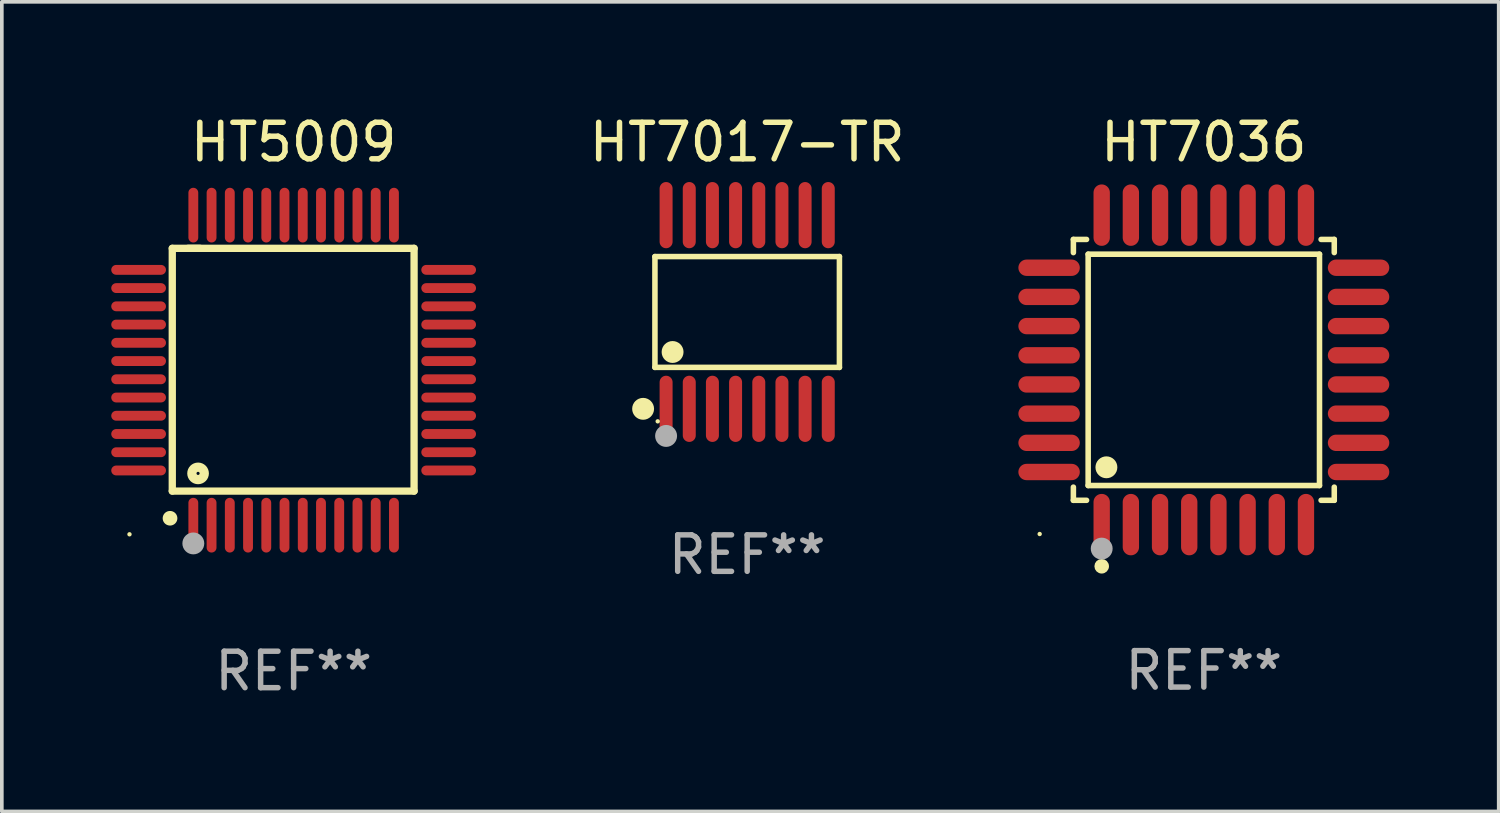
<source format=kicad_pcb>
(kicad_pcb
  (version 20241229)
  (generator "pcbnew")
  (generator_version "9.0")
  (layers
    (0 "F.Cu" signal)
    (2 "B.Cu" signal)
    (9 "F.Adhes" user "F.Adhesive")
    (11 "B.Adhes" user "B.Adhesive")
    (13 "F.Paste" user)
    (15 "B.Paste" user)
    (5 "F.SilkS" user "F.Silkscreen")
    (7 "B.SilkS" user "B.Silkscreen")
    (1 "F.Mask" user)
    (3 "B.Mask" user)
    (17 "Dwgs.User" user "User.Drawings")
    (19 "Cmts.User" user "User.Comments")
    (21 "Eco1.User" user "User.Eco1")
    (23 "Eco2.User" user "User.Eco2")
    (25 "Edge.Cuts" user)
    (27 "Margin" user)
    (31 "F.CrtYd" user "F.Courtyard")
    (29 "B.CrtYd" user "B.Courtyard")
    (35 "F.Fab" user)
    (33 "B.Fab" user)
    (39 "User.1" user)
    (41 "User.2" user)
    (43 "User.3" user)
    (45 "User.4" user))
  (footprint "HT5009"
    (layer "F.Cu")
    (at 5 7.098)
    (property "Reference" "HT5009" (at 0 -6.25 0) (layer "F.SilkS") (effects (font (size 1 1) (thickness 0.15))))
    (attr through_hole)
    (fp_line (start -3.327 -3.34) (end -2.565 -3.34) (stroke (width 0.2) (type solid)) (layer "F.SilkS"))
    (fp_line (start -3.327 3.315) (end -3.327 -3.34) (stroke (width 0.2) (type solid)) (layer "F.SilkS"))
    (fp_line (start -2.896 -3.34) (end 3.302 -3.34) (stroke (width 0.2) (type solid)) (layer "F.SilkS"))
    (fp_line (start 3.302 -3.34) (end 3.302 3.315) (stroke (width 0.2) (type solid)) (layer "F.SilkS"))
    (fp_line (start 3.302 3.315) (end -3.327 3.315) (stroke (width 0.2) (type solid)) (layer "F.SilkS"))
    (fp_arc (start -3.389992 4.059995) (mid -3.388722 4.059991) (end -3.387452 4.059995) (stroke (width 0.4) (type solid)) (layer "F.SilkS"))
    (fp_circle (center -4.5 4.5) (end -4.47 4.5) (stroke (width 0.06) (type solid)) (fill no) (layer "F.SilkS"))
    (fp_circle (center -2.62 2.83) (end -2.45 2.83) (stroke (width 0.254) (type solid)) (fill no) (layer "F.SilkS"))
    (fp_circle (center -2.75 4.75) (end -2.6 4.75) (stroke (width 0.3) (type solid)) (fill no) (layer "F.Fab"))
    (fp_text user "REF**" (at 0 8.25 0) (layer "F.Fab") (effects (font (size 1 1) (thickness 0.15))))
    (pad "1" smd oval (at -2.75 4.25) (size 0.27 1.5) (layers "F.Cu" "F.Mask" "F.Paste"))
    (pad "2" smd oval (at -2.25 4.25) (size 0.27 1.5) (layers "F.Cu" "F.Mask" "F.Paste"))
    (pad "3" smd oval (at -1.75 4.25) (size 0.27 1.5) (layers "F.Cu" "F.Mask" "F.Paste"))
    (pad "4" smd oval (at -1.25 4.25) (size 0.27 1.5) (layers "F.Cu" "F.Mask" "F.Paste"))
    (pad "5" smd oval (at -0.75 4.25) (size 0.27 1.5) (layers "F.Cu" "F.Mask" "F.Paste"))
    (pad "6" smd oval (at -0.25 4.25) (size 0.27 1.5) (layers "F.Cu" "F.Mask" "F.Paste"))
    (pad "7" smd oval (at 0.25 4.25) (size 0.27 1.5) (layers "F.Cu" "F.Mask" "F.Paste"))
    (pad "8" smd oval (at 0.75 4.25) (size 0.27 1.5) (layers "F.Cu" "F.Mask" "F.Paste"))
    (pad "9" smd oval (at 1.25 4.25) (size 0.27 1.5) (layers "F.Cu" "F.Mask" "F.Paste"))
    (pad "10" smd oval (at 1.75 4.25) (size 0.27 1.5) (layers "F.Cu" "F.Mask" "F.Paste"))
    (pad "11" smd oval (at 2.25 4.25) (size 0.27 1.5) (layers "F.Cu" "F.Mask" "F.Paste"))
    (pad "12" smd oval (at 2.75 4.25) (size 0.27 1.5) (layers "F.Cu" "F.Mask" "F.Paste"))
    (pad "13" smd oval (at 4.25 2.75) (size 1.5 0.27) (layers "F.Cu" "F.Mask" "F.Paste"))
    (pad "14" smd oval (at 4.25 2.25) (size 1.5 0.27) (layers "F.Cu" "F.Mask" "F.Paste"))
    (pad "15" smd oval (at 4.25 1.75) (size 1.5 0.27) (layers "F.Cu" "F.Mask" "F.Paste"))
    (pad "16" smd oval (at 4.25 1.25) (size 1.5 0.27) (layers "F.Cu" "F.Mask" "F.Paste"))
    (pad "17" smd oval (at 4.25 0.75) (size 1.5 0.27) (layers "F.Cu" "F.Mask" "F.Paste"))
    (pad "18" smd oval (at 4.25 0.25) (size 1.5 0.27) (layers "F.Cu" "F.Mask" "F.Paste"))
    (pad "19" smd oval (at 4.25 -0.25) (size 1.5 0.27) (layers "F.Cu" "F.Mask" "F.Paste"))
    (pad "20" smd oval (at 4.25 -0.75) (size 1.5 0.27) (layers "F.Cu" "F.Mask" "F.Paste"))
    (pad "21" smd oval (at 4.25 -1.25) (size 1.5 0.27) (layers "F.Cu" "F.Mask" "F.Paste"))
    (pad "22" smd oval (at 4.25 -1.75) (size 1.5 0.27) (layers "F.Cu" "F.Mask" "F.Paste"))
    (pad "23" smd oval (at 4.25 -2.25) (size 1.5 0.27) (layers "F.Cu" "F.Mask" "F.Paste"))
    (pad "24" smd oval (at 4.25 -2.75) (size 1.5 0.27) (layers "F.Cu" "F.Mask" "F.Paste"))
    (pad "25" smd oval (at 2.75 -4.25) (size 0.27 1.5) (layers "F.Cu" "F.Mask" "F.Paste"))
    (pad "26" smd oval (at 2.25 -4.25) (size 0.27 1.5) (layers "F.Cu" "F.Mask" "F.Paste"))
    (pad "27" smd oval (at 1.75 -4.25) (size 0.27 1.5) (layers "F.Cu" "F.Mask" "F.Paste"))
    (pad "28" smd oval (at 1.25 -4.25) (size 0.27 1.5) (layers "F.Cu" "F.Mask" "F.Paste"))
    (pad "29" smd oval (at 0.75 -4.25) (size 0.27 1.5) (layers "F.Cu" "F.Mask" "F.Paste"))
    (pad "30" smd oval (at 0.25 -4.25) (size 0.27 1.5) (layers "F.Cu" "F.Mask" "F.Paste"))
    (pad "31" smd oval (at -0.25 -4.25) (size 0.27 1.5) (layers "F.Cu" "F.Mask" "F.Paste"))
    (pad "32" smd oval (at -0.75 -4.25) (size 0.27 1.5) (layers "F.Cu" "F.Mask" "F.Paste"))
    (pad "33" smd oval (at -1.25 -4.25) (size 0.27 1.5) (layers "F.Cu" "F.Mask" "F.Paste"))
    (pad "34" smd oval (at -1.75 -4.25) (size 0.27 1.5) (layers "F.Cu" "F.Mask" "F.Paste"))
    (pad "35" smd oval (at -2.25 -4.25) (size 0.27 1.5) (layers "F.Cu" "F.Mask" "F.Paste"))
    (pad "36" smd oval (at -2.75 -4.25) (size 0.27 1.5) (layers "F.Cu" "F.Mask" "F.Paste"))
    (pad "37" smd oval (at -4.25 -2.75) (size 1.5 0.27) (layers "F.Cu" "F.Mask" "F.Paste"))
    (pad "38" smd oval (at -4.25 -2.25) (size 1.5 0.27) (layers "F.Cu" "F.Mask" "F.Paste"))
    (pad "39" smd oval (at -4.25 -1.75) (size 1.5 0.27) (layers "F.Cu" "F.Mask" "F.Paste"))
    (pad "40" smd oval (at -4.25 -1.25) (size 1.5 0.27) (layers "F.Cu" "F.Mask" "F.Paste"))
    (pad "41" smd oval (at -4.25 -0.75) (size 1.5 0.27) (layers "F.Cu" "F.Mask" "F.Paste"))
    (pad "42" smd oval (at -4.25 -0.25) (size 1.5 0.27) (layers "F.Cu" "F.Mask" "F.Paste"))
    (pad "43" smd oval (at -4.25 0.25) (size 1.5 0.27) (layers "F.Cu" "F.Mask" "F.Paste"))
    (pad "44" smd oval (at -4.25 0.75) (size 1.5 0.27) (layers "F.Cu" "F.Mask" "F.Paste"))
    (pad "45" smd oval (at -4.25 1.25) (size 1.5 0.27) (layers "F.Cu" "F.Mask" "F.Paste"))
    (pad "46" smd oval (at -4.25 1.75) (size 1.5 0.27) (layers "F.Cu" "F.Mask" "F.Paste"))
    (pad "47" smd oval (at -4.25 2.25) (size 1.5 0.27) (layers "F.Cu" "F.Mask" "F.Paste"))
    (pad "48" smd oval (at -4.25 2.75) (size 1.5 0.27) (layers "F.Cu" "F.Mask" "F.Paste")))
  (footprint "HT7017-TR"
    (layer "F.Cu")
    (at 17.434 5.503)
    (property "Reference" "HT7017-TR" (at 0 -4.655 0) (layer "F.SilkS") (effects (font (size 1 1) (thickness 0.15))))
    (attr through_hole)
    (fp_line (start -2.529 -1.519) (end 2.529 -1.519) (stroke (width 0.152) (type solid)) (layer "F.SilkS"))
    (fp_line (start -2.529 1.519) (end -2.529 -1.519) (stroke (width 0.152) (type solid)) (layer "F.SilkS"))
    (fp_line (start 2.529 -1.519) (end 2.529 1.519) (stroke (width 0.152) (type solid)) (layer "F.SilkS"))
    (fp_line (start 2.529 1.519) (end -2.529 1.519) (stroke (width 0.152) (type solid)) (layer "F.SilkS"))
    (fp_circle (center -2.853 2.655) (end -2.703 2.655) (stroke (width 0.3) (type solid)) (fill no) (layer "F.SilkS"))
    (fp_circle (center -2.453 2.998) (end -2.423 2.998) (stroke (width 0.06) (type solid)) (fill no) (layer "F.SilkS"))
    (fp_circle (center -2.045 1.097) (end -1.895 1.097) (stroke (width 0.3) (type solid)) (fill no) (layer "F.SilkS"))
    (fp_circle (center -2.223 3.398) (end -2.072 3.398) (stroke (width 0.3) (type solid)) (fill no) (layer "F.Fab"))
    (fp_text user "REF**" (at 0 6.655 0) (layer "F.Fab") (effects (font (size 1 1) (thickness 0.15))))
    (pad "1" smd oval (at -2.223 2.655) (size 0.356 1.815) (layers "F.Cu" "F.Mask" "F.Paste"))
    (pad "2" smd oval (at -1.588 2.655) (size 0.356 1.815) (layers "F.Cu" "F.Mask" "F.Paste"))
    (pad "3" smd oval (at -0.953 2.655) (size 0.356 1.815) (layers "F.Cu" "F.Mask" "F.Paste"))
    (pad "4" smd oval (at -0.318 2.655) (size 0.356 1.815) (layers "F.Cu" "F.Mask" "F.Paste"))
    (pad "5" smd oval (at 0.318 2.655) (size 0.356 1.815) (layers "F.Cu" "F.Mask" "F.Paste"))
    (pad "6" smd oval (at 0.953 2.655) (size 0.356 1.815) (layers "F.Cu" "F.Mask" "F.Paste"))
    (pad "7" smd oval (at 1.588 2.655) (size 0.356 1.815) (layers "F.Cu" "F.Mask" "F.Paste"))
    (pad "8" smd oval (at 2.223 2.655) (size 0.356 1.815) (layers "F.Cu" "F.Mask" "F.Paste"))
    (pad "9" smd oval (at 2.223 -2.655) (size 0.356 1.815) (layers "F.Cu" "F.Mask" "F.Paste"))
    (pad "10" smd oval (at 1.588 -2.655) (size 0.356 1.815) (layers "F.Cu" "F.Mask" "F.Paste"))
    (pad "11" smd oval (at 0.953 -2.655) (size 0.356 1.815) (layers "F.Cu" "F.Mask" "F.Paste"))
    (pad "12" smd oval (at 0.318 -2.655) (size 0.356 1.815) (layers "F.Cu" "F.Mask" "F.Paste"))
    (pad "13" smd oval (at -0.318 -2.655) (size 0.356 1.815) (layers "F.Cu" "F.Mask" "F.Paste"))
    (pad "14" smd oval (at -0.953 -2.655) (size 0.356 1.815) (layers "F.Cu" "F.Mask" "F.Paste"))
    (pad "15" smd oval (at -1.588 -2.655) (size 0.356 1.815) (layers "F.Cu" "F.Mask" "F.Paste"))
    (pad "16" smd oval (at -2.223 -2.655) (size 0.356 1.815) (layers "F.Cu" "F.Mask" "F.Paste")))
  (footprint "HT7036"
    (layer "F.Cu")
    (at 29.953 7.09)
    (property "Reference" "HT7036" (at 0 -6.242 0) (layer "F.SilkS") (effects (font (size 1 1) (thickness 0.15))))
    (attr through_hole)
    (fp_line (start -3.576 -3.576) (end -3.215 -3.576) (stroke (width 0.152) (type solid)) (layer "F.SilkS"))
    (fp_line (start -3.576 -3.215) (end -3.576 -3.576) (stroke (width 0.152) (type solid)) (layer "F.SilkS"))
    (fp_line (start -3.576 3.215) (end -3.576 3.576) (stroke (width 0.152) (type solid)) (layer "F.SilkS"))
    (fp_line (start -3.576 3.576) (end -3.215 3.576) (stroke (width 0.152) (type solid)) (layer "F.SilkS"))
    (fp_line (start -3.171 -3.171) (end 3.171 -3.171) (stroke (width 0.152) (type solid)) (layer "F.SilkS"))
    (fp_line (start -3.171 3.171) (end -3.171 -3.171) (stroke (width 0.152) (type solid)) (layer "F.SilkS"))
    (fp_line (start 3.171 -3.171) (end 3.171 3.171) (stroke (width 0.152) (type solid)) (layer "F.SilkS"))
    (fp_line (start 3.171 3.171) (end -3.171 3.171) (stroke (width 0.152) (type solid)) (layer "F.SilkS"))
    (fp_line (start 3.576 -3.576) (end 3.215 -3.576) (stroke (width 0.152) (type solid)) (layer "F.SilkS"))
    (fp_line (start 3.576 -3.215) (end 3.576 -3.576) (stroke (width 0.152) (type solid)) (layer "F.SilkS"))
    (fp_line (start 3.576 3.215) (end 3.576 3.576) (stroke (width 0.152) (type solid)) (layer "F.SilkS"))
    (fp_line (start 3.576 3.576) (end 3.215 3.576) (stroke (width 0.152) (type solid)) (layer "F.SilkS"))
    (fp_circle (center -4.5 4.5) (end -4.47 4.5) (stroke (width 0.06) (type solid)) (fill no) (layer "F.SilkS"))
    (fp_circle (center -2.8 5.384) (end -2.7 5.384) (stroke (width 0.2) (type solid)) (fill no) (layer "F.SilkS"))
    (fp_circle (center -2.671 2.671) (end -2.521 2.671) (stroke (width 0.3) (type solid)) (fill no) (layer "F.SilkS"))
    (fp_circle (center -2.8 4.9) (end -2.65 4.9) (stroke (width 0.3) (type solid)) (fill no) (layer "F.Fab"))
    (fp_text user "REF**" (at 0 8.242 0) (layer "F.Fab") (effects (font (size 1 1) (thickness 0.15))))
    (pad "1" smd oval (at -2.8 4.242) (size 0.448 1.684) (layers "F.Cu" "F.Mask" "F.Paste"))
    (pad "2" smd oval (at -2 4.242) (size 0.448 1.684) (layers "F.Cu" "F.Mask" "F.Paste"))
    (pad "3" smd oval (at -1.2 4.242) (size 0.448 1.684) (layers "F.Cu" "F.Mask" "F.Paste"))
    (pad "4" smd oval (at -0.4 4.242) (size 0.448 1.684) (layers "F.Cu" "F.Mask" "F.Paste"))
    (pad "5" smd oval (at 0.4 4.242) (size 0.448 1.684) (layers "F.Cu" "F.Mask" "F.Paste"))
    (pad "6" smd oval (at 1.2 4.242) (size 0.448 1.684) (layers "F.Cu" "F.Mask" "F.Paste"))
    (pad "7" smd oval (at 2 4.242) (size 0.448 1.684) (layers "F.Cu" "F.Mask" "F.Paste"))
    (pad "8" smd oval (at 2.8 4.242) (size 0.448 1.684) (layers "F.Cu" "F.Mask" "F.Paste"))
    (pad "9" smd oval (at 4.242 2.8) (size 1.684 0.448) (layers "F.Cu" "F.Mask" "F.Paste"))
    (pad "10" smd oval (at 4.242 2) (size 1.684 0.448) (layers "F.Cu" "F.Mask" "F.Paste"))
    (pad "11" smd oval (at 4.242 1.2) (size 1.684 0.448) (layers "F.Cu" "F.Mask" "F.Paste"))
    (pad "12" smd oval (at 4.242 0.4) (size 1.684 0.448) (layers "F.Cu" "F.Mask" "F.Paste"))
    (pad "13" smd oval (at 4.242 -0.4) (size 1.684 0.448) (layers "F.Cu" "F.Mask" "F.Paste"))
    (pad "14" smd oval (at 4.242 -1.2) (size 1.684 0.448) (layers "F.Cu" "F.Mask" "F.Paste"))
    (pad "15" smd oval (at 4.242 -2) (size 1.684 0.448) (layers "F.Cu" "F.Mask" "F.Paste"))
    (pad "16" smd oval (at 4.242 -2.8) (size 1.684 0.448) (layers "F.Cu" "F.Mask" "F.Paste"))
    (pad "17" smd oval (at 2.8 -4.242) (size 0.448 1.684) (layers "F.Cu" "F.Mask" "F.Paste"))
    (pad "18" smd oval (at 2 -4.242) (size 0.448 1.684) (layers "F.Cu" "F.Mask" "F.Paste"))
    (pad "19" smd oval (at 1.2 -4.242) (size 0.448 1.684) (layers "F.Cu" "F.Mask" "F.Paste"))
    (pad "20" smd oval (at 0.4 -4.242) (size 0.448 1.684) (layers "F.Cu" "F.Mask" "F.Paste"))
    (pad "21" smd oval (at -0.4 -4.242) (size 0.448 1.684) (layers "F.Cu" "F.Mask" "F.Paste"))
    (pad "22" smd oval (at -1.2 -4.242) (size 0.448 1.684) (layers "F.Cu" "F.Mask" "F.Paste"))
    (pad "23" smd oval (at -2 -4.242) (size 0.448 1.684) (layers "F.Cu" "F.Mask" "F.Paste"))
    (pad "24" smd oval (at -2.8 -4.242) (size 0.448 1.684) (layers "F.Cu" "F.Mask" "F.Paste"))
    (pad "25" smd oval (at -4.242 -2.8) (size 1.684 0.448) (layers "F.Cu" "F.Mask" "F.Paste"))
    (pad "26" smd oval (at -4.242 -2) (size 1.684 0.448) (layers "F.Cu" "F.Mask" "F.Paste"))
    (pad "27" smd oval (at -4.242 -1.2) (size 1.684 0.448) (layers "F.Cu" "F.Mask" "F.Paste"))
    (pad "28" smd oval (at -4.242 -0.4) (size 1.684 0.448) (layers "F.Cu" "F.Mask" "F.Paste"))
    (pad "29" smd oval (at -4.242 0.4) (size 1.684 0.448) (layers "F.Cu" "F.Mask" "F.Paste"))
    (pad "30" smd oval (at -4.242 1.2) (size 1.684 0.448) (layers "F.Cu" "F.Mask" "F.Paste"))
    (pad "31" smd oval (at -4.242 2) (size 1.684 0.448) (layers "F.Cu" "F.Mask" "F.Paste"))
    (pad "32" smd oval (at -4.242 2.8) (size 1.684 0.448) (layers "F.Cu" "F.Mask" "F.Paste")))
  (gr_rect
    (start -3 -3)
    (end 38.037 19.196)
    (stroke (width 0.1) (type default))
    (fill no)
    (layer "Edge.Cuts")))
</source>
